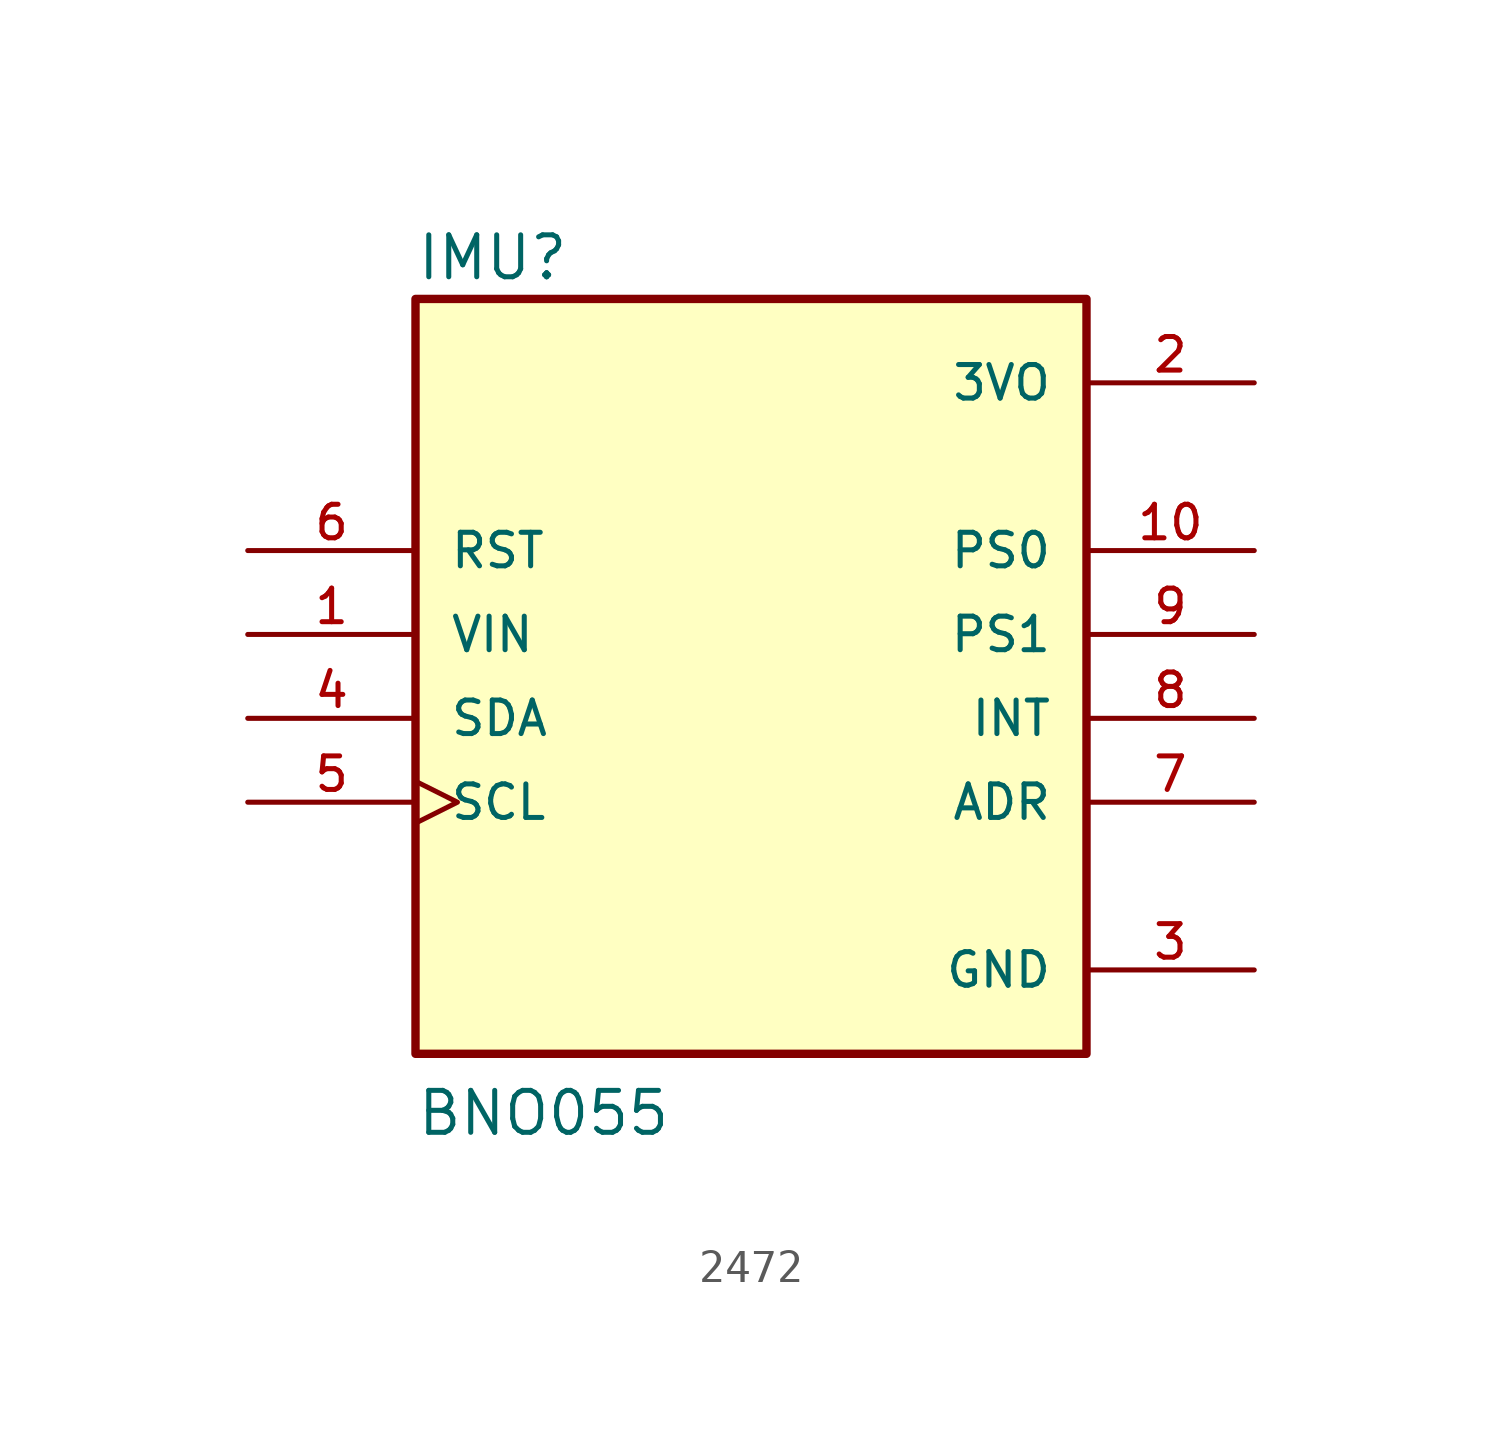
<source format=kicad_sym>
(kicad_symbol_lib
  (version 20241209)
  (generator "kicad_symbol_editor")
  (generator_version "9.0")
  (symbol "2472"
    (pin_names
      (offset 1.016))
    (property "Reference" "IMU"
      (at -10.16 13.208 0)
      (effects (font (size 1.27 1.27)) (justify left bottom)))
    (property "Value" "BNO055"
      (at -10.16 -12.7 0)
      (effects (font (size 1.27 1.27)) (justify left bottom)))
    (symbol "2472_0_0"
      (rectangle (start -10.16 -10.16) (end 10.16 12.7) (stroke (width 0.254) (type default)) (fill (type background)))
      (pin input line (at -15.24 5.08 0) (length 5.08) (name "RST" (effects (font (size 1.016 1.016)))) (number "6" (effects (font (size 1.016 1.016)))))
      (pin input line (at -15.24 2.54 0) (length 5.08) (name "VIN" (effects (font (size 1.016 1.016)))) (number "1" (effects (font (size 1.016 1.016)))))
      (pin bidirectional line (at -15.24 0 0) (length 5.08) (name "SDA" (effects (font (size 1.016 1.016)))) (number "4" (effects (font (size 1.016 1.016)))))
      (pin input clock (at -15.24 -2.54 0) (length 5.08) (name "SCL" (effects (font (size 1.016 1.016)))) (number "5" (effects (font (size 1.016 1.016)))))
      (pin power_in line (at 15.24 10.16 180) (length 5.08) (name "3VO" (effects (font (size 1.016 1.016)))) (number "2" (effects (font (size 1.016 1.016)))))
      (pin bidirectional line (at 15.24 5.08 180) (length 5.08) (name "PS0" (effects (font (size 1.016 1.016)))) (number "10" (effects (font (size 1.016 1.016)))))
      (pin bidirectional line (at 15.24 2.54 180) (length 5.08) (name "PS1" (effects (font (size 1.016 1.016)))) (number "9" (effects (font (size 1.016 1.016)))))
      (pin output line (at 15.24 0 180) (length 5.08) (name "INT" (effects (font (size 1.016 1.016)))) (number "8" (effects (font (size 1.016 1.016)))))
      (pin passive line (at 15.24 -2.54 180) (length 5.08) (name "ADR" (effects (font (size 1.016 1.016)))) (number "7" (effects (font (size 1.016 1.016)))))
      (pin power_in line (at 15.24 -7.62 180) (length 5.08) (name "GND" (effects (font (size 1.016 1.016)))) (number "3" (effects (font (size 1.016 1.016))))))))
</source>
